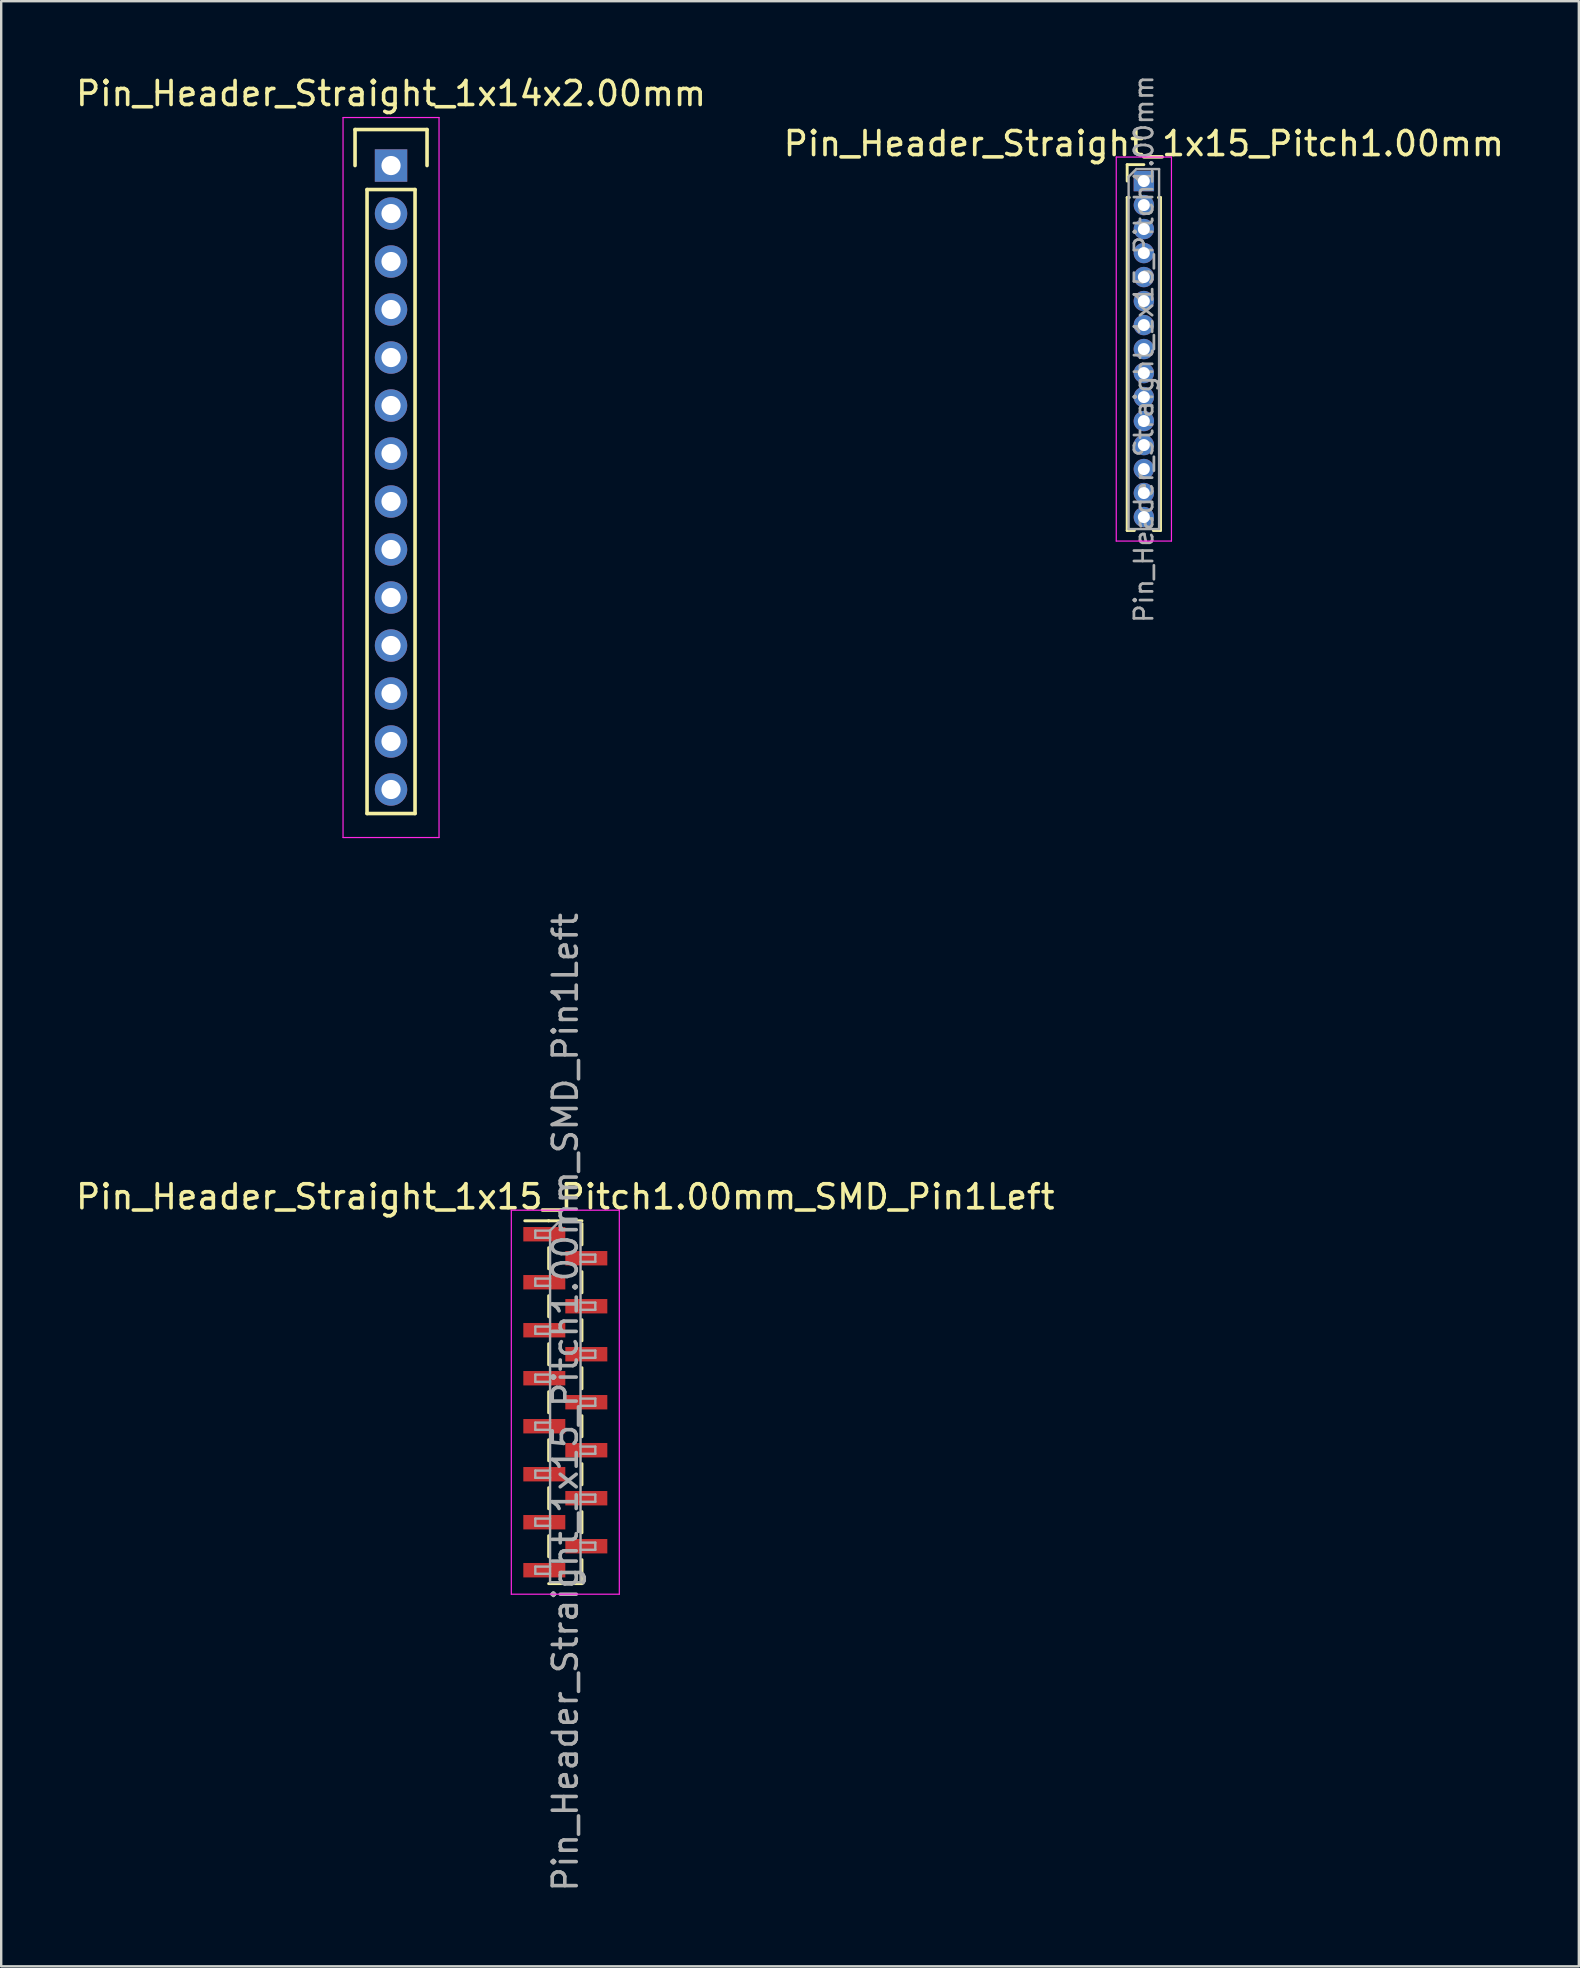
<source format=kicad_pcb>
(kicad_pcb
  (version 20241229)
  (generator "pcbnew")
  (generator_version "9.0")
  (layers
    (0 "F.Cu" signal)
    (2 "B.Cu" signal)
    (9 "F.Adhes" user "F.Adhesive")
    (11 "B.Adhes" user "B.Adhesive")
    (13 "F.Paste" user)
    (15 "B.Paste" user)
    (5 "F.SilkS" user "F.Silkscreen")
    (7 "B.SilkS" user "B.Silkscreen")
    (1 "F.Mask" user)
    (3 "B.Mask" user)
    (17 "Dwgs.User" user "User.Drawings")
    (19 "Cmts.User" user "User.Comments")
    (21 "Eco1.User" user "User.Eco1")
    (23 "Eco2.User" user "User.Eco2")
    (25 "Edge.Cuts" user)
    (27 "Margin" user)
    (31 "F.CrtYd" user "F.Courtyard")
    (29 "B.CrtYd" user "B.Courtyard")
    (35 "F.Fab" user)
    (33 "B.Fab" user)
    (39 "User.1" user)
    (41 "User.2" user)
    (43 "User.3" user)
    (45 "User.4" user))
  (footprint "Pin_Header_Straight_1x15_Pitch1.00mm"
    (layer "F.Cu")
    (at 44.613 4.495)
    (property "Reference" "Pin_Header_Straight_1x15_Pitch1.00mm" (at 0 -1.56 0) (layer "F.SilkS") (effects (font (size 1 1) (thickness 0.15))))
    (attr through_hole)
    (fp_line (start -0.695 -0.685) (end 0 -0.685) (stroke (width 0.12) (type solid)) (layer "F.SilkS"))
    (fp_line (start -0.695 0) (end -0.695 -0.685) (stroke (width 0.12) (type solid)) (layer "F.SilkS"))
    (fp_line (start -0.695 0.685) (end -0.695 14.56) (stroke (width 0.12) (type solid)) (layer "F.SilkS"))
    (fp_line (start -0.695 0.685) (end -0.608 0.685) (stroke (width 0.12) (type solid)) (layer "F.SilkS"))
    (fp_line (start -0.695 14.56) (end -0.394 14.56) (stroke (width 0.12) (type solid)) (layer "F.SilkS"))
    (fp_line (start 0.394 14.56) (end 0.695 14.56) (stroke (width 0.12) (type solid)) (layer "F.SilkS"))
    (fp_line (start 0.608 0.685) (end 0.695 0.685) (stroke (width 0.12) (type solid)) (layer "F.SilkS"))
    (fp_line (start 0.695 0.685) (end 0.695 14.56) (stroke (width 0.12) (type solid)) (layer "F.SilkS"))
    (fp_line (start -1.15 -1) (end -1.15 15) (stroke (width 0.05) (type solid)) (layer "F.CrtYd"))
    (fp_line (start -1.15 15) (end 1.15 15) (stroke (width 0.05) (type solid)) (layer "F.CrtYd"))
    (fp_line (start 1.15 -1) (end -1.15 -1) (stroke (width 0.05) (type solid)) (layer "F.CrtYd"))
    (fp_line (start 1.15 15) (end 1.15 -1) (stroke (width 0.05) (type solid)) (layer "F.CrtYd"))
    (fp_line (start -0.635 -0.182) (end -0.318 -0.5) (stroke (width 0.1) (type solid)) (layer "F.Fab"))
    (fp_line (start -0.635 14.5) (end -0.635 -0.182) (stroke (width 0.1) (type solid)) (layer "F.Fab"))
    (fp_line (start -0.318 -0.5) (end 0.635 -0.5) (stroke (width 0.1) (type solid)) (layer "F.Fab"))
    (fp_line (start 0.635 -0.5) (end 0.635 14.5) (stroke (width 0.1) (type solid)) (layer "F.Fab"))
    (fp_line (start 0.635 14.5) (end -0.635 14.5) (stroke (width 0.1) (type solid)) (layer "F.Fab"))
    (fp_text user "${REFERENCE}" (at 0 7 90) (layer "F.Fab") (effects (font (size 0.76 0.76) (thickness 0.114))))
    (pad "1" thru_hole rect (at 0 0) (size 0.85 0.85) (drill 0.5) (layers "*.Cu" "*.Mask"))
    (pad "2" thru_hole oval (at 0 1) (size 0.85 0.85) (drill 0.5) (layers "*.Cu" "*.Mask"))
    (pad "3" thru_hole oval (at 0 2) (size 0.85 0.85) (drill 0.5) (layers "*.Cu" "*.Mask"))
    (pad "4" thru_hole oval (at 0 3) (size 0.85 0.85) (drill 0.5) (layers "*.Cu" "*.Mask"))
    (pad "5" thru_hole oval (at 0 4) (size 0.85 0.85) (drill 0.5) (layers "*.Cu" "*.Mask"))
    (pad "6" thru_hole oval (at 0 5) (size 0.85 0.85) (drill 0.5) (layers "*.Cu" "*.Mask"))
    (pad "7" thru_hole oval (at 0 6) (size 0.85 0.85) (drill 0.5) (layers "*.Cu" "*.Mask"))
    (pad "8" thru_hole oval (at 0 7) (size 0.85 0.85) (drill 0.5) (layers "*.Cu" "*.Mask"))
    (pad "9" thru_hole oval (at 0 8) (size 0.85 0.85) (drill 0.5) (layers "*.Cu" "*.Mask"))
    (pad "10" thru_hole oval (at 0 9) (size 0.85 0.85) (drill 0.5) (layers "*.Cu" "*.Mask"))
    (pad "11" thru_hole oval (at 0 10) (size 0.85 0.85) (drill 0.5) (layers "*.Cu" "*.Mask"))
    (pad "12" thru_hole oval (at 0 11) (size 0.85 0.85) (drill 0.5) (layers "*.Cu" "*.Mask"))
    (pad "13" thru_hole oval (at 0 12) (size 0.85 0.85) (drill 0.5) (layers "*.Cu" "*.Mask"))
    (pad "14" thru_hole oval (at 0 13) (size 0.85 0.85) (drill 0.5) (layers "*.Cu" "*.Mask"))
    (pad "15" thru_hole oval (at 0 14) (size 0.85 0.85) (drill 0.5) (layers "*.Cu" "*.Mask")))
  (footprint "Pin_Header_Straight_1x14x2.00mm"
    (layer "F.Cu")
    (at 13.244 3.848)
    (property "Reference" "Pin_Header_Straight_1x14x2.00mm" (at 0 -3 0) (layer "F.SilkS") (effects (font (size 1 1) (thickness 0.15))))
    (attr through_hole)
    (fp_line (start -1.5 -1.5) (end 1.5 -1.5) (stroke (width 0.15) (type solid)) (layer "F.SilkS"))
    (fp_line (start -1.5 0) (end -1.5 -1.5) (stroke (width 0.15) (type solid)) (layer "F.SilkS"))
    (fp_line (start -1 1) (end 1 1) (stroke (width 0.15) (type solid)) (layer "F.SilkS"))
    (fp_line (start -1 27) (end -1 1) (stroke (width 0.15) (type solid)) (layer "F.SilkS"))
    (fp_line (start 1 1) (end 1 27) (stroke (width 0.15) (type solid)) (layer "F.SilkS"))
    (fp_line (start 1 27) (end -1 27) (stroke (width 0.15) (type solid)) (layer "F.SilkS"))
    (fp_line (start 1.5 -1.5) (end 1.5 0) (stroke (width 0.15) (type solid)) (layer "F.SilkS"))
    (fp_line (start -2 -2) (end 2 -2) (stroke (width 0.05) (type solid)) (layer "F.CrtYd"))
    (fp_line (start -2 28) (end -2 -2) (stroke (width 0.05) (type solid)) (layer "F.CrtYd"))
    (fp_line (start 2 -2) (end 2 28) (stroke (width 0.05) (type solid)) (layer "F.CrtYd"))
    (fp_line (start 2 28) (end -2 28) (stroke (width 0.05) (type solid)) (layer "F.CrtYd"))
    (pad "1" thru_hole rect (at 0 0) (size 1.35 1.35) (drill 0.8) (layers "*.Cu" "*.Mask"))
    (pad "2" thru_hole circle (at 0 2) (size 1.35 1.35) (drill 0.8) (layers "*.Cu" "*.Mask"))
    (pad "3" thru_hole circle (at 0 4) (size 1.35 1.35) (drill 0.8) (layers "*.Cu" "*.Mask"))
    (pad "4" thru_hole circle (at 0 6) (size 1.35 1.35) (drill 0.8) (layers "*.Cu" "*.Mask"))
    (pad "5" thru_hole circle (at 0 8) (size 1.35 1.35) (drill 0.8) (layers "*.Cu" "*.Mask"))
    (pad "6" thru_hole circle (at 0 10) (size 1.35 1.35) (drill 0.8) (layers "*.Cu" "*.Mask"))
    (pad "7" thru_hole circle (at 0 12) (size 1.35 1.35) (drill 0.8) (layers "*.Cu" "*.Mask"))
    (pad "8" thru_hole circle (at 0 14) (size 1.35 1.35) (drill 0.8) (layers "*.Cu" "*.Mask"))
    (pad "9" thru_hole circle (at 0 16) (size 1.35 1.35) (drill 0.8) (layers "*.Cu" "*.Mask"))
    (pad "10" thru_hole circle (at 0 18) (size 1.35 1.35) (drill 0.8) (layers "*.Cu" "*.Mask"))
    (pad "11" thru_hole circle (at 0 20) (size 1.35 1.35) (drill 0.8) (layers "*.Cu" "*.Mask"))
    (pad "12" thru_hole circle (at 0 22) (size 1.35 1.35) (drill 0.8) (layers "*.Cu" "*.Mask"))
    (pad "13" thru_hole circle (at 0 24) (size 1.35 1.35) (drill 0.8) (layers "*.Cu" "*.Mask"))
    (pad "14" thru_hole circle (at 0 26) (size 1.35 1.35) (drill 0.8) (layers "*.Cu" "*.Mask")))
  (footprint "Pin_Header_Straight_1x15_Pitch1.00mm_SMD_Pin1Left"
    (layer "F.Cu")
    (at 20.506 55.379)
    (property "Reference" "Pin_Header_Straight_1x15_Pitch1.00mm_SMD_Pin1Left" (at 0 -8.56 0) (layer "F.SilkS") (effects (font (size 1 1) (thickness 0.15))))
    (attr smd)
    (fp_line (start -0.695 -7.56) (end -1.69 -7.56) (stroke (width 0.12) (type solid)) (layer "F.SilkS"))
    (fp_line (start -0.695 -7.56) (end -0.695 -7.56) (stroke (width 0.12) (type solid)) (layer "F.SilkS"))
    (fp_line (start -0.695 -7.56) (end 0.695 -7.56) (stroke (width 0.12) (type solid)) (layer "F.SilkS"))
    (fp_line (start -0.695 -6.44) (end -0.695 -5.56) (stroke (width 0.12) (type solid)) (layer "F.SilkS"))
    (fp_line (start -0.695 -4.44) (end -0.695 -3.56) (stroke (width 0.12) (type solid)) (layer "F.SilkS"))
    (fp_line (start -0.695 -2.44) (end -0.695 -1.56) (stroke (width 0.12) (type solid)) (layer "F.SilkS"))
    (fp_line (start -0.695 -0.44) (end -0.695 0.44) (stroke (width 0.12) (type solid)) (layer "F.SilkS"))
    (fp_line (start -0.695 1.56) (end -0.695 2.44) (stroke (width 0.12) (type solid)) (layer "F.SilkS"))
    (fp_line (start -0.695 3.56) (end -0.695 4.44) (stroke (width 0.12) (type solid)) (layer "F.SilkS"))
    (fp_line (start -0.695 5.56) (end -0.695 6.44) (stroke (width 0.12) (type solid)) (layer "F.SilkS"))
    (fp_line (start -0.695 7.56) (end 0.695 7.56) (stroke (width 0.12) (type solid)) (layer "F.SilkS"))
    (fp_line (start 0.695 -7.44) (end 0.695 -6.56) (stroke (width 0.12) (type solid)) (layer "F.SilkS"))
    (fp_line (start 0.695 -5.44) (end 0.695 -4.56) (stroke (width 0.12) (type solid)) (layer "F.SilkS"))
    (fp_line (start 0.695 -3.44) (end 0.695 -2.56) (stroke (width 0.12) (type solid)) (layer "F.SilkS"))
    (fp_line (start 0.695 -1.44) (end 0.695 -0.56) (stroke (width 0.12) (type solid)) (layer "F.SilkS"))
    (fp_line (start 0.695 0.56) (end 0.695 1.44) (stroke (width 0.12) (type solid)) (layer "F.SilkS"))
    (fp_line (start 0.695 2.56) (end 0.695 3.44) (stroke (width 0.12) (type solid)) (layer "F.SilkS"))
    (fp_line (start 0.695 4.56) (end 0.695 5.44) (stroke (width 0.12) (type solid)) (layer "F.SilkS"))
    (fp_line (start 0.695 6.56) (end 0.695 7.44) (stroke (width 0.12) (type solid)) (layer "F.SilkS"))
    (fp_line (start 0.695 7.56) (end 0.695 7.56) (stroke (width 0.12) (type solid)) (layer "F.SilkS"))
    (fp_line (start -2.25 -8) (end -2.25 8) (stroke (width 0.05) (type solid)) (layer "F.CrtYd"))
    (fp_line (start -2.25 8) (end 2.25 8) (stroke (width 0.05) (type solid)) (layer "F.CrtYd"))
    (fp_line (start 2.25 -8) (end -2.25 -8) (stroke (width 0.05) (type solid)) (layer "F.CrtYd"))
    (fp_line (start 2.25 8) (end 2.25 -8) (stroke (width 0.05) (type solid)) (layer "F.CrtYd"))
    (fp_line (start -1.25 -7.15) (end -1.25 -6.85) (stroke (width 0.1) (type solid)) (layer "F.Fab"))
    (fp_line (start -1.25 -6.85) (end -0.635 -6.85) (stroke (width 0.1) (type solid)) (layer "F.Fab"))
    (fp_line (start -1.25 -5.15) (end -1.25 -4.85) (stroke (width 0.1) (type solid)) (layer "F.Fab"))
    (fp_line (start -1.25 -4.85) (end -0.635 -4.85) (stroke (width 0.1) (type solid)) (layer "F.Fab"))
    (fp_line (start -1.25 -3.15) (end -1.25 -2.85) (stroke (width 0.1) (type solid)) (layer "F.Fab"))
    (fp_line (start -1.25 -2.85) (end -0.635 -2.85) (stroke (width 0.1) (type solid)) (layer "F.Fab"))
    (fp_line (start -1.25 -1.15) (end -1.25 -0.85) (stroke (width 0.1) (type solid)) (layer "F.Fab"))
    (fp_line (start -1.25 -0.85) (end -0.635 -0.85) (stroke (width 0.1) (type solid)) (layer "F.Fab"))
    (fp_line (start -1.25 0.85) (end -1.25 1.15) (stroke (width 0.1) (type solid)) (layer "F.Fab"))
    (fp_line (start -1.25 1.15) (end -0.635 1.15) (stroke (width 0.1) (type solid)) (layer "F.Fab"))
    (fp_line (start -1.25 2.85) (end -1.25 3.15) (stroke (width 0.1) (type solid)) (layer "F.Fab"))
    (fp_line (start -1.25 3.15) (end -0.635 3.15) (stroke (width 0.1) (type solid)) (layer "F.Fab"))
    (fp_line (start -1.25 4.85) (end -1.25 5.15) (stroke (width 0.1) (type solid)) (layer "F.Fab"))
    (fp_line (start -1.25 5.15) (end -0.635 5.15) (stroke (width 0.1) (type solid)) (layer "F.Fab"))
    (fp_line (start -1.25 6.85) (end -1.25 7.15) (stroke (width 0.1) (type solid)) (layer "F.Fab"))
    (fp_line (start -1.25 7.15) (end -0.635 7.15) (stroke (width 0.1) (type solid)) (layer "F.Fab"))
    (fp_line (start -0.635 -7.15) (end -1.25 -7.15) (stroke (width 0.1) (type solid)) (layer "F.Fab"))
    (fp_line (start -0.635 -7.15) (end -0.285 -7.5) (stroke (width 0.1) (type solid)) (layer "F.Fab"))
    (fp_line (start -0.635 -5.15) (end -1.25 -5.15) (stroke (width 0.1) (type solid)) (layer "F.Fab"))
    (fp_line (start -0.635 -3.15) (end -1.25 -3.15) (stroke (width 0.1) (type solid)) (layer "F.Fab"))
    (fp_line (start -0.635 -1.15) (end -1.25 -1.15) (stroke (width 0.1) (type solid)) (layer "F.Fab"))
    (fp_line (start -0.635 0.85) (end -1.25 0.85) (stroke (width 0.1) (type solid)) (layer "F.Fab"))
    (fp_line (start -0.635 2.85) (end -1.25 2.85) (stroke (width 0.1) (type solid)) (layer "F.Fab"))
    (fp_line (start -0.635 4.85) (end -1.25 4.85) (stroke (width 0.1) (type solid)) (layer "F.Fab"))
    (fp_line (start -0.635 6.85) (end -1.25 6.85) (stroke (width 0.1) (type solid)) (layer "F.Fab"))
    (fp_line (start -0.635 7.5) (end -0.635 -7.15) (stroke (width 0.1) (type solid)) (layer "F.Fab"))
    (fp_line (start -0.285 -7.5) (end 0.635 -7.5) (stroke (width 0.1) (type solid)) (layer "F.Fab"))
    (fp_line (start 0.635 -7.5) (end 0.635 7.5) (stroke (width 0.1) (type solid)) (layer "F.Fab"))
    (fp_line (start 0.635 -6.15) (end 1.25 -6.15) (stroke (width 0.1) (type solid)) (layer "F.Fab"))
    (fp_line (start 0.635 -4.15) (end 1.25 -4.15) (stroke (width 0.1) (type solid)) (layer "F.Fab"))
    (fp_line (start 0.635 -2.15) (end 1.25 -2.15) (stroke (width 0.1) (type solid)) (layer "F.Fab"))
    (fp_line (start 0.635 -0.15) (end 1.25 -0.15) (stroke (width 0.1) (type solid)) (layer "F.Fab"))
    (fp_line (start 0.635 1.85) (end 1.25 1.85) (stroke (width 0.1) (type solid)) (layer "F.Fab"))
    (fp_line (start 0.635 3.85) (end 1.25 3.85) (stroke (width 0.1) (type solid)) (layer "F.Fab"))
    (fp_line (start 0.635 5.85) (end 1.25 5.85) (stroke (width 0.1) (type solid)) (layer "F.Fab"))
    (fp_line (start 0.635 7.5) (end -0.635 7.5) (stroke (width 0.1) (type solid)) (layer "F.Fab"))
    (fp_line (start 1.25 -6.15) (end 1.25 -5.85) (stroke (width 0.1) (type solid)) (layer "F.Fab"))
    (fp_line (start 1.25 -5.85) (end 0.635 -5.85) (stroke (width 0.1) (type solid)) (layer "F.Fab"))
    (fp_line (start 1.25 -4.15) (end 1.25 -3.85) (stroke (width 0.1) (type solid)) (layer "F.Fab"))
    (fp_line (start 1.25 -3.85) (end 0.635 -3.85) (stroke (width 0.1) (type solid)) (layer "F.Fab"))
    (fp_line (start 1.25 -2.15) (end 1.25 -1.85) (stroke (width 0.1) (type solid)) (layer "F.Fab"))
    (fp_line (start 1.25 -1.85) (end 0.635 -1.85) (stroke (width 0.1) (type solid)) (layer "F.Fab"))
    (fp_line (start 1.25 -0.15) (end 1.25 0.15) (stroke (width 0.1) (type solid)) (layer "F.Fab"))
    (fp_line (start 1.25 0.15) (end 0.635 0.15) (stroke (width 0.1) (type solid)) (layer "F.Fab"))
    (fp_line (start 1.25 1.85) (end 1.25 2.15) (stroke (width 0.1) (type solid)) (layer "F.Fab"))
    (fp_line (start 1.25 2.15) (end 0.635 2.15) (stroke (width 0.1) (type solid)) (layer "F.Fab"))
    (fp_line (start 1.25 3.85) (end 1.25 4.15) (stroke (width 0.1) (type solid)) (layer "F.Fab"))
    (fp_line (start 1.25 4.15) (end 0.635 4.15) (stroke (width 0.1) (type solid)) (layer "F.Fab"))
    (fp_line (start 1.25 5.85) (end 1.25 6.15) (stroke (width 0.1) (type solid)) (layer "F.Fab"))
    (fp_line (start 1.25 6.15) (end 0.635 6.15) (stroke (width 0.1) (type solid)) (layer "F.Fab"))
    (fp_text user "${REFERENCE}" (at 0 0 90) (layer "F.Fab") (effects (font (size 1 1) (thickness 0.15))))
    (pad "1" smd rect (at -0.875 -7) (size 1.75 0.6) (layers "F.Cu" "F.Mask" "F.Paste"))
    (pad "2" smd rect (at 0.875 -6) (size 1.75 0.6) (layers "F.Cu" "F.Mask" "F.Paste"))
    (pad "3" smd rect (at -0.875 -5) (size 1.75 0.6) (layers "F.Cu" "F.Mask" "F.Paste"))
    (pad "4" smd rect (at 0.875 -4) (size 1.75 0.6) (layers "F.Cu" "F.Mask" "F.Paste"))
    (pad "5" smd rect (at -0.875 -3) (size 1.75 0.6) (layers "F.Cu" "F.Mask" "F.Paste"))
    (pad "6" smd rect (at 0.875 -2) (size 1.75 0.6) (layers "F.Cu" "F.Mask" "F.Paste"))
    (pad "7" smd rect (at -0.875 -1) (size 1.75 0.6) (layers "F.Cu" "F.Mask" "F.Paste"))
    (pad "8" smd rect (at 0.875 0) (size 1.75 0.6) (layers "F.Cu" "F.Mask" "F.Paste"))
    (pad "9" smd rect (at -0.875 1) (size 1.75 0.6) (layers "F.Cu" "F.Mask" "F.Paste"))
    (pad "10" smd rect (at 0.875 2) (size 1.75 0.6) (layers "F.Cu" "F.Mask" "F.Paste"))
    (pad "11" smd rect (at -0.875 3) (size 1.75 0.6) (layers "F.Cu" "F.Mask" "F.Paste"))
    (pad "12" smd rect (at 0.875 4) (size 1.75 0.6) (layers "F.Cu" "F.Mask" "F.Paste"))
    (pad "13" smd rect (at -0.875 5) (size 1.75 0.6) (layers "F.Cu" "F.Mask" "F.Paste"))
    (pad "14" smd rect (at 0.875 6) (size 1.75 0.6) (layers "F.Cu" "F.Mask" "F.Paste"))
    (pad "15" smd rect (at -0.875 7) (size 1.75 0.6) (layers "F.Cu" "F.Mask" "F.Paste")))
  (gr_rect
    (start -3 -3)
    (end 62.738 78.885)
    (stroke (width 0.1) (type default))
    (fill no)
    (layer "Edge.Cuts")))
</source>
